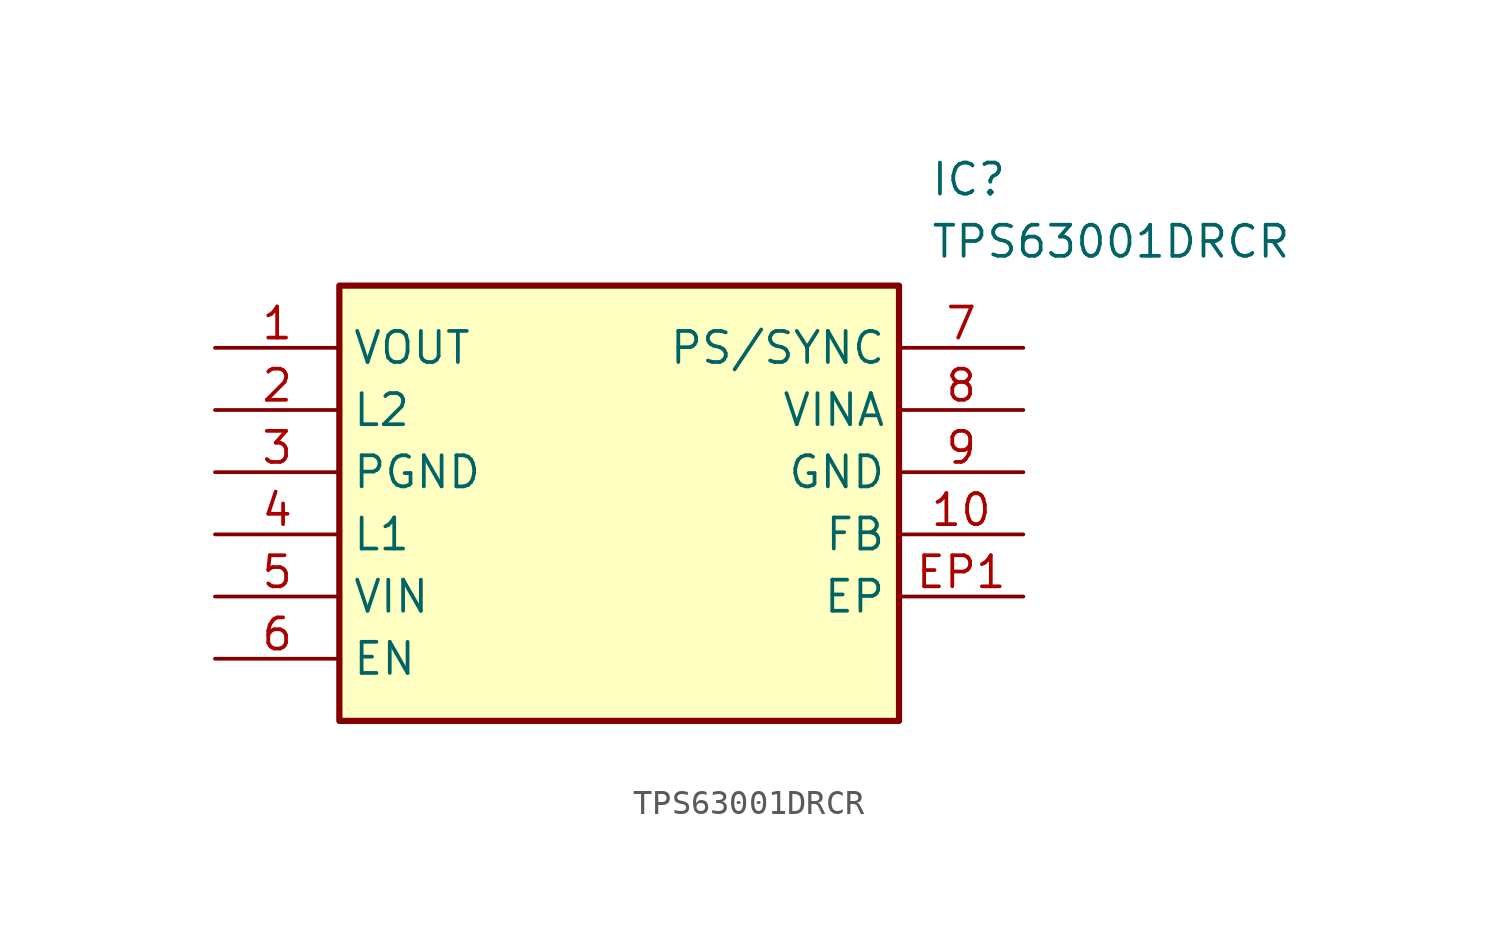
<source format=kicad_sym>
(kicad_symbol_lib
  (version 20211014)
  (generator SamacSys_ECAD_Model)
  (symbol "TPS63001DRCR"
    (property "Reference" "IC"
      (at 29.21 7.62 0)
      (effects (font (size 1.27 1.27)) (justify left top)))
    (property "Value" "TPS63001DRCR"
      (at 29.21 5.08 0)
      (effects (font (size 1.27 1.27)) (justify left top)))
    (rectangle
      (start 5.08 2.54)
      (end 27.94 -15.24)
      (stroke (width 0.254) (type default))
      (fill (type background)))
    (pin passive line
      (at 0 0 0)
      (length 5.08)
      (name "VOUT" (effects (font (size 1.27 1.27))))
      (number "1" (effects (font (size 1.27 1.27)))))
    (pin passive line
      (at 0 -2.54 0)
      (length 5.08)
      (name "L2" (effects (font (size 1.27 1.27))))
      (number "2" (effects (font (size 1.27 1.27)))))
    (pin passive line
      (at 0 -5.08 0)
      (length 5.08)
      (name "PGND" (effects (font (size 1.27 1.27))))
      (number "3" (effects (font (size 1.27 1.27)))))
    (pin passive line
      (at 0 -7.62 0)
      (length 5.08)
      (name "L1" (effects (font (size 1.27 1.27))))
      (number "4" (effects (font (size 1.27 1.27)))))
    (pin passive line
      (at 0 -10.16 0)
      (length 5.08)
      (name "VIN" (effects (font (size 1.27 1.27))))
      (number "5" (effects (font (size 1.27 1.27)))))
    (pin passive line
      (at 0 -12.7 0)
      (length 5.08)
      (name "EN" (effects (font (size 1.27 1.27))))
      (number "6" (effects (font (size 1.27 1.27)))))
    (pin passive line
      (at 33.02 0 180)
      (length 5.08)
      (name "PS/SYNC" (effects (font (size 1.27 1.27))))
      (number "7" (effects (font (size 1.27 1.27)))))
    (pin passive line
      (at 33.02 -2.54 180)
      (length 5.08)
      (name "VINA" (effects (font (size 1.27 1.27))))
      (number "8" (effects (font (size 1.27 1.27)))))
    (pin passive line
      (at 33.02 -5.08 180)
      (length 5.08)
      (name "GND" (effects (font (size 1.27 1.27))))
      (number "9" (effects (font (size 1.27 1.27)))))
    (pin passive line
      (at 33.02 -7.62 180)
      (length 5.08)
      (name "FB" (effects (font (size 1.27 1.27))))
      (number "10" (effects (font (size 1.27 1.27)))))
    (pin passive line
      (at 33.02 -10.16 180)
      (length 5.08)
      (name "EP" (effects (font (size 1.27 1.27))))
      (number "EP1" (effects (font (size 1.27 1.27)))))))
</source>
